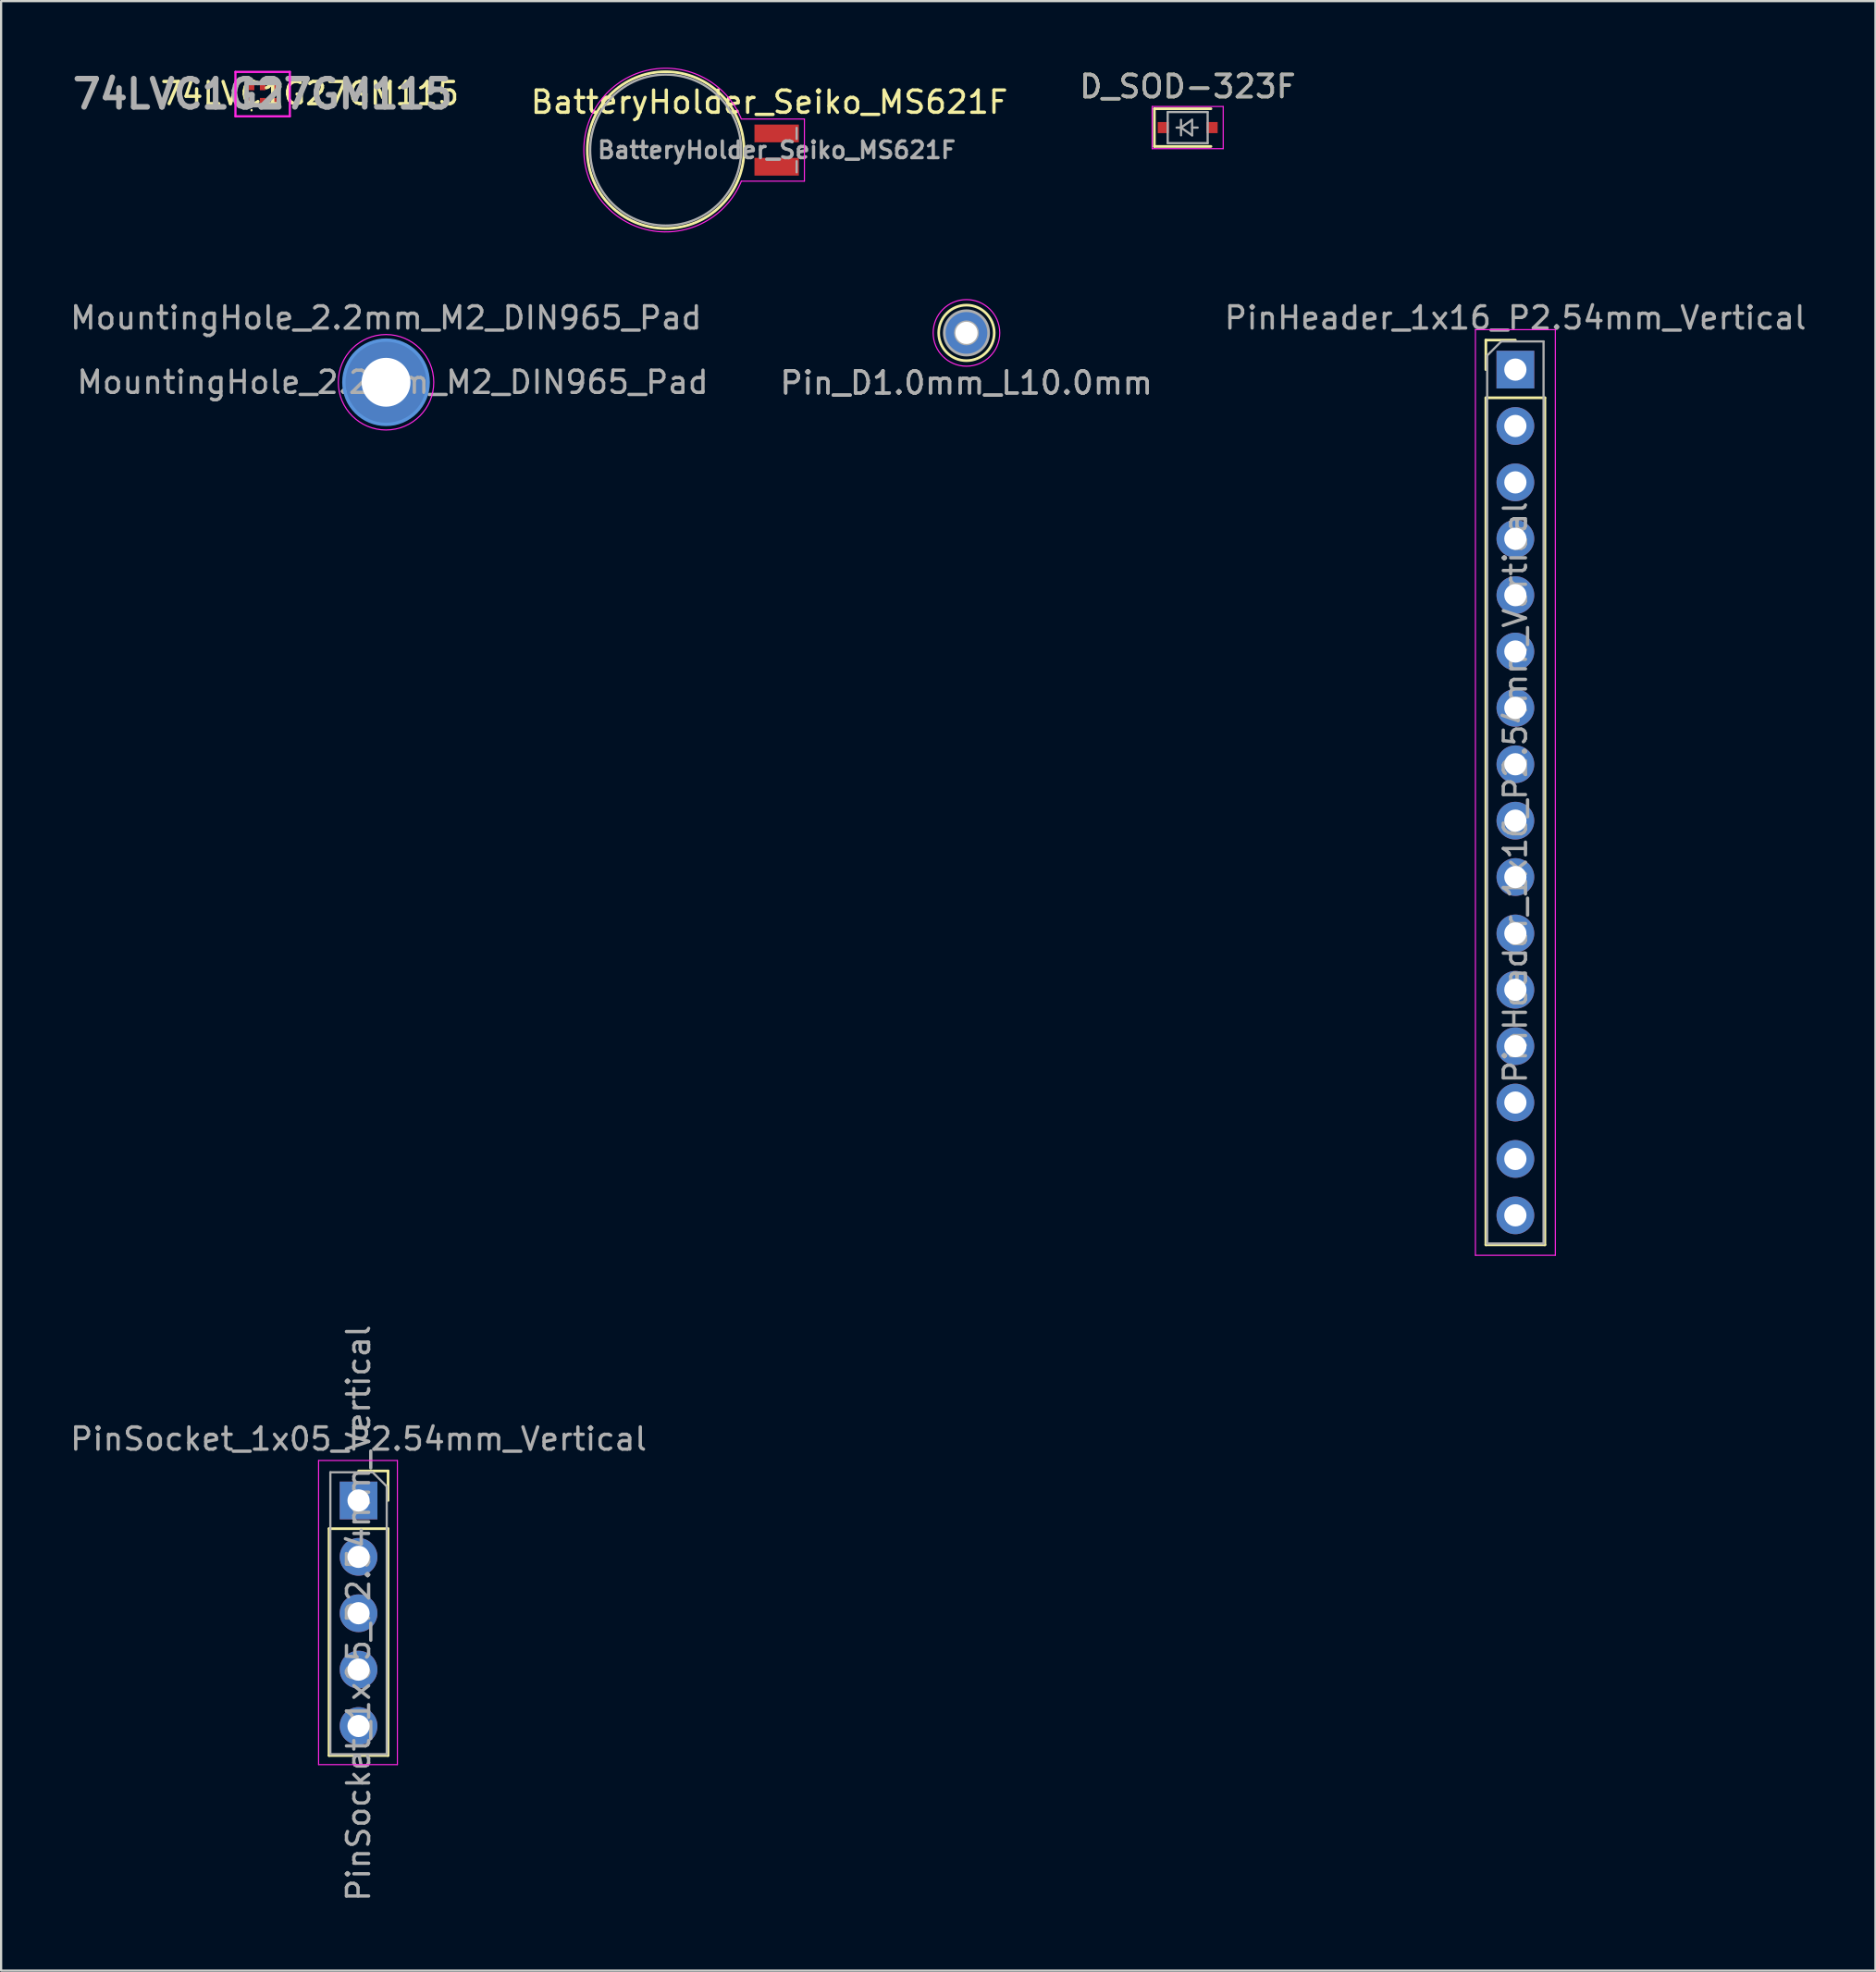
<source format=kicad_pcb>
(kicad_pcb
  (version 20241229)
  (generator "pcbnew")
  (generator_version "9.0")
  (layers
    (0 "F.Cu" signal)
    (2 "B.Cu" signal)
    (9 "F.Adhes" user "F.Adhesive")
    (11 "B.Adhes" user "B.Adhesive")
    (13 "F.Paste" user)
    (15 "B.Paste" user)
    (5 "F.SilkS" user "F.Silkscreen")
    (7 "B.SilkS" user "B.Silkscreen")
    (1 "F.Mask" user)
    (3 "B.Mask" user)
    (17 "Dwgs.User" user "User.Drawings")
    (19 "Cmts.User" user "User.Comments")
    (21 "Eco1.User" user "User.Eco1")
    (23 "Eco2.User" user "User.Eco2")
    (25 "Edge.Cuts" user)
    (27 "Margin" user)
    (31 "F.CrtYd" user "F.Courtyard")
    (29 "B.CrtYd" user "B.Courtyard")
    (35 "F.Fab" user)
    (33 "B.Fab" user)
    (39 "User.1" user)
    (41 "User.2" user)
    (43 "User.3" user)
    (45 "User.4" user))
  (footprint "BatteryHolder_Seiko_MS621F"
    (layer "F.Cu")
    (at 31.935 3.711)
    (property "Reference" "BatteryHolder_Seiko_MS621F" (at -0.33 -2.159 0) (layer "F.SilkS") (effects (font (size 1 1) (thickness 0.15))))
    (attr smd)
    (fp_circle (center -5 0) (end -1.47 0) (stroke (width 0.12) (type solid)) (fill no) (layer "F.SilkS"))
    (fp_line (start -1.59 -1.4) (end 1.25 -1.4) (stroke (width 0.05) (type solid)) (layer "F.CrtYd"))
    (fp_line (start 1.25 -1.4) (end 1.25 1.4) (stroke (width 0.05) (type solid)) (layer "F.CrtYd"))
    (fp_line (start 1.25 1.4) (end -1.59 1.4) (stroke (width 0.05) (type solid)) (layer "F.CrtYd"))
    (fp_arc (start -1.59 1.4) (mid -8.686204 0.001869) (end -1.591421 -1.403457) (stroke (width 0.05) (type solid)) (layer "F.CrtYd"))
    (fp_line (start 0.9 -1) (end 0.9 -0.5) (stroke (width 0.1) (type solid)) (layer "F.Fab"))
    (fp_line (start 0.9 0.5) (end 0.9 1) (stroke (width 0.1) (type solid)) (layer "F.Fab"))
    (fp_circle (center -5 0) (end -1.6 0) (stroke (width 0.1) (type solid)) (fill no) (layer "F.Fab"))
    (fp_text user "${REFERENCE}" (at 0 0 0) (layer "F.Fab") (effects (font (size 0.75 0.75) (thickness 0.15))))
    (pad "1" smd rect (at 0 -0.75) (size 2 0.8) (layers "F.Cu" "F.Mask" "F.Paste"))
    (pad "2" smd rect (at 0 0.75) (size 2 0.8) (layers "F.Cu" "F.Mask" "F.Paste")))
  (footprint "PinSocket_1x05_P2.54mm_Vertical"
    (layer "F.Cu")
    (at 13.101 64.547)
    (property "Reference" "PinSocket_1x05_P2.54mm_Vertical" (at 0 -2.77 0) (layer "F.Fab") (effects (font (size 1 1) (thickness 0.15))))
    (attr through_hole)
    (fp_line (start -1.33 1.27) (end -1.33 11.49) (stroke (width 0.12) (type solid)) (layer "F.SilkS"))
    (fp_line (start -1.33 1.27) (end 1.33 1.27) (stroke (width 0.12) (type solid)) (layer "F.SilkS"))
    (fp_line (start -1.33 11.49) (end 1.33 11.49) (stroke (width 0.12) (type solid)) (layer "F.SilkS"))
    (fp_line (start 0 -1.33) (end 1.33 -1.33) (stroke (width 0.12) (type solid)) (layer "F.SilkS"))
    (fp_line (start 1.33 -1.33) (end 1.33 0) (stroke (width 0.12) (type solid)) (layer "F.SilkS"))
    (fp_line (start 1.33 1.27) (end 1.33 11.49) (stroke (width 0.12) (type solid)) (layer "F.SilkS"))
    (fp_line (start -1.8 -1.8) (end 1.75 -1.8) (stroke (width 0.05) (type solid)) (layer "F.CrtYd"))
    (fp_line (start -1.8 11.9) (end -1.8 -1.8) (stroke (width 0.05) (type solid)) (layer "F.CrtYd"))
    (fp_line (start 1.75 -1.8) (end 1.75 11.9) (stroke (width 0.05) (type solid)) (layer "F.CrtYd"))
    (fp_line (start 1.75 11.9) (end -1.8 11.9) (stroke (width 0.05) (type solid)) (layer "F.CrtYd"))
    (fp_line (start -1.27 -1.27) (end 0.635 -1.27) (stroke (width 0.1) (type solid)) (layer "F.Fab"))
    (fp_line (start -1.27 11.43) (end -1.27 -1.27) (stroke (width 0.1) (type solid)) (layer "F.Fab"))
    (fp_line (start 0.635 -1.27) (end 1.27 -0.635) (stroke (width 0.1) (type solid)) (layer "F.Fab"))
    (fp_line (start 1.27 -0.635) (end 1.27 11.43) (stroke (width 0.1) (type solid)) (layer "F.Fab"))
    (fp_line (start 1.27 11.43) (end -1.27 11.43) (stroke (width 0.1) (type solid)) (layer "F.Fab"))
    (fp_text user "${REFERENCE}" (at 0 5.08 270) (layer "F.Fab") (effects (font (size 1 1) (thickness 0.15))))
    (pad "1" thru_hole rect (at 0 0) (size 1.7 1.7) (drill 1) (layers "*.Cu" "*.Mask"))
    (pad "2" thru_hole oval (at 0 2.54) (size 1.7 1.7) (drill 1) (layers "*.Cu" "*.Mask"))
    (pad "3" thru_hole oval (at 0 5.08) (size 1.7 1.7) (drill 1) (layers "*.Cu" "*.Mask"))
    (pad "4" thru_hole oval (at 0 7.62) (size 1.7 1.7) (drill 1) (layers "*.Cu" "*.Mask"))
    (pad "5" thru_hole oval (at 0 10.16) (size 1.7 1.7) (drill 1) (layers "*.Cu" "*.Mask")))
  (footprint "Pin_D1.0mm_L10.0mm"
    (layer "F.Cu")
    (at 40.485 11.947)
    (property "Reference" "Pin_D1.0mm_L10.0mm" (at 0 2.25 0) (layer "F.Fab") (effects (font (size 1 1) (thickness 0.15))))
    (attr through_hole)
    (fp_circle (center 0 0) (end 1.25 0.05) (stroke (width 0.12) (type solid)) (fill no) (layer "F.SilkS"))
    (fp_circle (center 0 0) (end 1.5 0) (stroke (width 0.05) (type solid)) (fill no) (layer "F.CrtYd"))
    (fp_circle (center 0 0) (end 0.5 0) (stroke (width 0.12) (type solid)) (fill no) (layer "F.Fab"))
    (fp_circle (center 0 0) (end 1 0) (stroke (width 0.12) (type solid)) (fill no) (layer "F.Fab"))
    (fp_text user "${REFERENCE}" (at 0 2.25 0) (layer "F.Fab") (effects (font (size 1 1) (thickness 0.15))))
    (pad "1" thru_hole circle (at 0 0) (size 2 2) (drill 1) (layers "*.Cu" "*.Mask")))
  (footprint "PinHeader_1x16_P2.54mm_Vertical"
    (layer "F.Cu")
    (at 65.211 13.601)
    (property "Reference" "PinHeader_1x16_P2.54mm_Vertical" (at 0 -2.33 0) (layer "F.Fab") (effects (font (size 1 1) (thickness 0.15))))
    (attr through_hole)
    (fp_line (start -1.33 -1.33) (end 0 -1.33) (stroke (width 0.12) (type solid)) (layer "F.SilkS"))
    (fp_line (start -1.33 0) (end -1.33 -1.33) (stroke (width 0.12) (type solid)) (layer "F.SilkS"))
    (fp_line (start -1.33 1.27) (end -1.33 39.43) (stroke (width 0.12) (type solid)) (layer "F.SilkS"))
    (fp_line (start -1.33 1.27) (end 1.33 1.27) (stroke (width 0.12) (type solid)) (layer "F.SilkS"))
    (fp_line (start -1.33 39.43) (end 1.33 39.43) (stroke (width 0.12) (type solid)) (layer "F.SilkS"))
    (fp_line (start 1.33 1.27) (end 1.33 39.43) (stroke (width 0.12) (type solid)) (layer "F.SilkS"))
    (fp_line (start -1.8 -1.8) (end -1.8 39.9) (stroke (width 0.05) (type solid)) (layer "F.CrtYd"))
    (fp_line (start -1.8 39.9) (end 1.8 39.9) (stroke (width 0.05) (type solid)) (layer "F.CrtYd"))
    (fp_line (start 1.8 -1.8) (end -1.8 -1.8) (stroke (width 0.05) (type solid)) (layer "F.CrtYd"))
    (fp_line (start 1.8 39.9) (end 1.8 -1.8) (stroke (width 0.05) (type solid)) (layer "F.CrtYd"))
    (fp_line (start -1.27 -0.635) (end -0.635 -1.27) (stroke (width 0.1) (type solid)) (layer "F.Fab"))
    (fp_line (start -1.27 39.37) (end -1.27 -0.635) (stroke (width 0.1) (type solid)) (layer "F.Fab"))
    (fp_line (start -0.635 -1.27) (end 1.27 -1.27) (stroke (width 0.1) (type solid)) (layer "F.Fab"))
    (fp_line (start 1.27 -1.27) (end 1.27 39.37) (stroke (width 0.1) (type solid)) (layer "F.Fab"))
    (fp_line (start 1.27 39.37) (end -1.27 39.37) (stroke (width 0.1) (type solid)) (layer "F.Fab"))
    (fp_text user "${REFERENCE}" (at 0 19.05 90) (layer "F.Fab") (effects (font (size 1 1) (thickness 0.15))))
    (pad "1" thru_hole rect (at 0 0) (size 1.7 1.7) (drill 1) (layers "*.Cu" "*.Mask"))
    (pad "2" thru_hole oval (at 0 2.54) (size 1.7 1.7) (drill 1) (layers "*.Cu" "*.Mask"))
    (pad "3" thru_hole oval (at 0 5.08) (size 1.7 1.7) (drill 1) (layers "*.Cu" "*.Mask"))
    (pad "4" thru_hole oval (at 0 7.62) (size 1.7 1.7) (drill 1) (layers "*.Cu" "*.Mask"))
    (pad "5" thru_hole oval (at 0 10.16) (size 1.7 1.7) (drill 1) (layers "*.Cu" "*.Mask"))
    (pad "6" thru_hole oval (at 0 12.7) (size 1.7 1.7) (drill 1) (layers "*.Cu" "*.Mask"))
    (pad "7" thru_hole oval (at 0 15.24) (size 1.7 1.7) (drill 1) (layers "*.Cu" "*.Mask"))
    (pad "8" thru_hole oval (at 0 17.78) (size 1.7 1.7) (drill 1) (layers "*.Cu" "*.Mask"))
    (pad "9" thru_hole oval (at 0 20.32) (size 1.7 1.7) (drill 1) (layers "*.Cu" "*.Mask"))
    (pad "10" thru_hole oval (at 0 22.86) (size 1.7 1.7) (drill 1) (layers "*.Cu" "*.Mask"))
    (pad "11" thru_hole oval (at 0 25.4) (size 1.7 1.7) (drill 1) (layers "*.Cu" "*.Mask"))
    (pad "12" thru_hole oval (at 0 27.94) (size 1.7 1.7) (drill 1) (layers "*.Cu" "*.Mask"))
    (pad "13" thru_hole oval (at 0 30.48) (size 1.7 1.7) (drill 1) (layers "*.Cu" "*.Mask"))
    (pad "14" thru_hole oval (at 0 33.02) (size 1.7 1.7) (drill 1) (layers "*.Cu" "*.Mask"))
    (pad "15" thru_hole oval (at 0 35.56) (size 1.7 1.7) (drill 1) (layers "*.Cu" "*.Mask"))
    (pad "16" thru_hole oval (at 0 38.1) (size 1.7 1.7) (drill 1) (layers "*.Cu" "*.Mask")))
  (footprint "74LVC1G27GM115"
    (layer "F.Cu")
    (at 8.781 1.189)
    (property "Reference" "74LVC1G27GM115" (at 2.121 -0.025 180) (layer "F.SilkS") (effects (font (size 1 1) (thickness 0.15))))
    (attr smd)
    (fp_line (start -0.725 0) (end -0.725 -0.05) (stroke (width 0.1) (type solid)) (layer "F.SilkS"))
    (fp_line (start -0.725 0.05) (end -0.725 0) (stroke (width 0.1) (type solid)) (layer "F.SilkS"))
    (fp_line (start -0.5 0.7) (end -0.5 0.7) (stroke (width 0.05) (type solid)) (layer "F.SilkS"))
    (fp_line (start -0.5 0.75) (end -0.5 0.75) (stroke (width 0.05) (type solid)) (layer "F.SilkS"))
    (fp_line (start 0.725 0) (end 0.725 -0.05) (stroke (width 0.1) (type solid)) (layer "F.SilkS"))
    (fp_line (start 0.725 0.05) (end 0.725 0) (stroke (width 0.1) (type solid)) (layer "F.SilkS"))
    (fp_arc (start -0.5 0.7) (mid -0.475 0.725) (end -0.5 0.75) (stroke (width 0.05) (type solid)) (layer "F.SilkS"))
    (fp_arc (start -0.5 0.75) (mid -0.525 0.725) (end -0.5 0.7) (stroke (width 0.05) (type solid)) (layer "F.SilkS"))
    (fp_line (start -1.225 -1) (end 1.225 -1) (stroke (width 0.1) (type solid)) (layer "F.CrtYd"))
    (fp_line (start -1.225 1) (end -1.225 -1) (stroke (width 0.1) (type solid)) (layer "F.CrtYd"))
    (fp_line (start 1.225 -1) (end 1.225 1) (stroke (width 0.1) (type solid)) (layer "F.CrtYd"))
    (fp_line (start 1.225 1) (end -1.225 1) (stroke (width 0.1) (type solid)) (layer "F.CrtYd"))
    (fp_line (start -0.725 -0.5) (end 0.725 -0.5) (stroke (width 0.2) (type solid)) (layer "F.Fab"))
    (fp_line (start -0.725 0.5) (end -0.725 -0.5) (stroke (width 0.2) (type solid)) (layer "F.Fab"))
    (fp_line (start 0.725 -0.5) (end 0.725 0.5) (stroke (width 0.2) (type solid)) (layer "F.Fab"))
    (fp_line (start 0.725 0.5) (end -0.725 0.5) (stroke (width 0.2) (type solid)) (layer "F.Fab"))
    (fp_text user "${REFERENCE}" (at 0 0 180) (layer "F.Fab") (effects (font (size 1.27 1.27) (thickness 0.254))))
    (pad "1" smd rect (at -0.5 0.337) (size 0.25 0.325) (layers "F.Cu" "F.Mask" "F.Paste"))
    (pad "2" smd rect (at 0 0.337) (size 0.25 0.325) (layers "F.Cu" "F.Mask" "F.Paste"))
    (pad "3" smd rect (at 0.5 0.337) (size 0.25 0.325) (layers "F.Cu" "F.Mask" "F.Paste"))
    (pad "4" smd rect (at 0.5 -0.337) (size 0.25 0.325) (layers "F.Cu" "F.Mask" "F.Paste"))
    (pad "5" smd rect (at 0 -0.337) (size 0.25 0.325) (layers "F.Cu" "F.Mask" "F.Paste"))
    (pad "6" smd rect (at -0.5 -0.337) (size 0.25 0.325) (layers "F.Cu" "F.Mask" "F.Paste")))
  (footprint "D_SOD-323F"
    (layer "F.Cu")
    (at 50.45 2.698)
    (property "Reference" "D_SOD-323F" (at 0 -1.85 0) (layer "F.SilkS") (effects (font (size 1 1) (thickness 0.15))))
    (attr smd)
    (fp_line (start -1.5 -0.85) (end -1.5 0.85) (stroke (width 0.12) (type solid)) (layer "F.SilkS"))
    (fp_line (start -1.5 -0.85) (end 1.05 -0.85) (stroke (width 0.12) (type solid)) (layer "F.SilkS"))
    (fp_line (start -1.5 0.85) (end 1.05 0.85) (stroke (width 0.12) (type solid)) (layer "F.SilkS"))
    (fp_line (start -1.6 -0.95) (end -1.6 0.95) (stroke (width 0.05) (type solid)) (layer "F.CrtYd"))
    (fp_line (start -1.6 -0.95) (end 1.6 -0.95) (stroke (width 0.05) (type solid)) (layer "F.CrtYd"))
    (fp_line (start -1.6 0.95) (end 1.6 0.95) (stroke (width 0.05) (type solid)) (layer "F.CrtYd"))
    (fp_line (start 1.6 -0.95) (end 1.6 0.95) (stroke (width 0.05) (type solid)) (layer "F.CrtYd"))
    (fp_line (start -0.9 -0.7) (end 0.9 -0.7) (stroke (width 0.1) (type solid)) (layer "F.Fab"))
    (fp_line (start -0.9 0.7) (end -0.9 -0.7) (stroke (width 0.1) (type solid)) (layer "F.Fab"))
    (fp_line (start -0.3 -0.35) (end -0.3 0.35) (stroke (width 0.1) (type solid)) (layer "F.Fab"))
    (fp_line (start -0.3 0) (end -0.5 0) (stroke (width 0.1) (type solid)) (layer "F.Fab"))
    (fp_line (start -0.3 0) (end 0.2 -0.35) (stroke (width 0.1) (type solid)) (layer "F.Fab"))
    (fp_line (start 0.2 -0.35) (end 0.2 0.35) (stroke (width 0.1) (type solid)) (layer "F.Fab"))
    (fp_line (start 0.2 0) (end 0.45 0) (stroke (width 0.1) (type solid)) (layer "F.Fab"))
    (fp_line (start 0.2 0.35) (end -0.3 0) (stroke (width 0.1) (type solid)) (layer "F.Fab"))
    (fp_line (start 0.9 -0.7) (end 0.9 0.7) (stroke (width 0.1) (type solid)) (layer "F.Fab"))
    (fp_line (start 0.9 0.7) (end -0.9 0.7) (stroke (width 0.1) (type solid)) (layer "F.Fab"))
    (fp_text user "${REFERENCE}" (at 0 -1.85 0) (layer "F.Fab") (effects (font (size 1 1) (thickness 0.15))))
    (pad "1" smd rect (at -1.1 0) (size 0.5 0.5) (layers "F.Cu" "F.Mask" "F.Paste"))
    (pad "2" smd rect (at 1.1 0) (size 0.5 0.5) (layers "F.Cu" "F.Mask" "F.Paste")))
  (footprint "MountingHole_2.2mm_M2_DIN965_Pad"
    (layer "F.Cu")
    (at 14.339 14.171)
    (property "Reference" "MountingHole_2.2mm_M2_DIN965_Pad" (at 0 -2.9 180) (layer "F.Fab") (effects (font (size 1 1) (thickness 0.15))))
    (attr exclude_from_pos_files exclude_from_bom)
    (fp_circle (center 0 0) (end 1.9 0) (stroke (width 0.15) (type solid)) (fill no) (layer "Cmts.User"))
    (fp_circle (center 0 0) (end 2.15 0) (stroke (width 0.05) (type solid)) (fill no) (layer "F.CrtYd"))
    (fp_text user "${REFERENCE}" (at 0.3 0 180) (layer "F.Fab") (effects (font (size 1 1) (thickness 0.15))))
    (pad "1" thru_hole circle (at 0 0) (size 3.8 3.8) (drill 2.2) (layers "*.Cu" "*.Mask")))
  (gr_rect
    (start -3 -3)
    (end 81.431 85.728)
    (stroke (width 0.1) (type default))
    (fill no)
    (layer "Edge.Cuts")))
</source>
